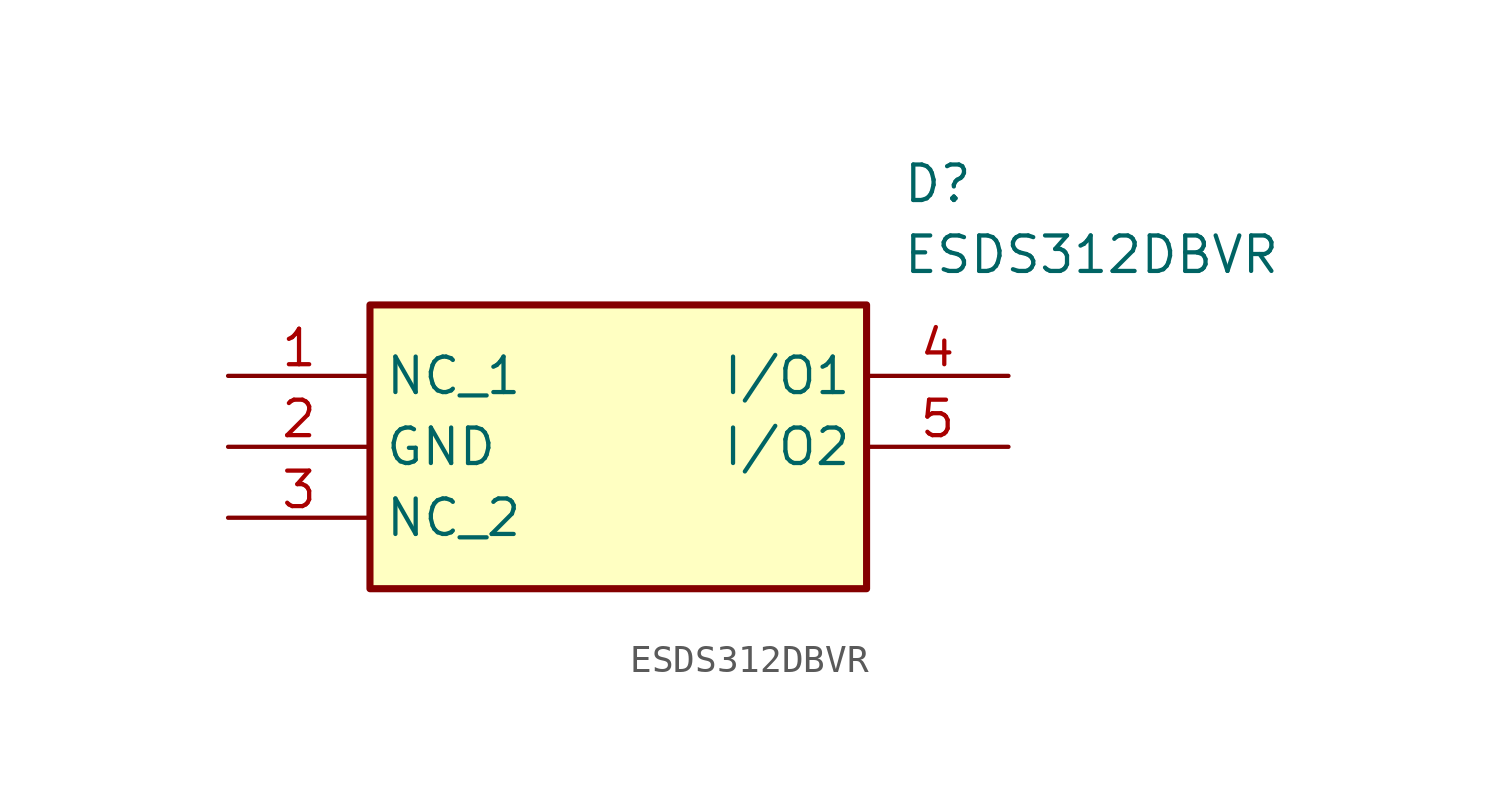
<source format=kicad_sym>
(kicad_symbol_lib
  (version 20211014)
  (generator SamacSys_ECAD_Model)
  (symbol "ESDS312DBVR"
    (property "Reference" "D"
      (at 24.13 7.62 0)
      (effects (font (size 1.27 1.27)) (justify left top)))
    (property "Value" "ESDS312DBVR"
      (at 24.13 5.08 0)
      (effects (font (size 1.27 1.27)) (justify left top)))
    (rectangle
      (start 5.08 2.54)
      (end 22.86 -7.62)
      (stroke (width 0.254) (type default))
      (fill (type background)))
    (pin passive line
      (at 0 0 0)
      (length 5.08)
      (name "NC_1" (effects (font (size 1.27 1.27))))
      (number "1" (effects (font (size 1.27 1.27)))))
    (pin passive line
      (at 0 -2.54 0)
      (length 5.08)
      (name "GND" (effects (font (size 1.27 1.27))))
      (number "2" (effects (font (size 1.27 1.27)))))
    (pin passive line
      (at 0 -5.08 0)
      (length 5.08)
      (name "NC_2" (effects (font (size 1.27 1.27))))
      (number "3" (effects (font (size 1.27 1.27)))))
    (pin passive line
      (at 27.94 0 180)
      (length 5.08)
      (name "I/O1" (effects (font (size 1.27 1.27))))
      (number "4" (effects (font (size 1.27 1.27)))))
    (pin passive line
      (at 27.94 -2.54 180)
      (length 5.08)
      (name "I/O2" (effects (font (size 1.27 1.27))))
      (number "5" (effects (font (size 1.27 1.27)))))))
</source>
